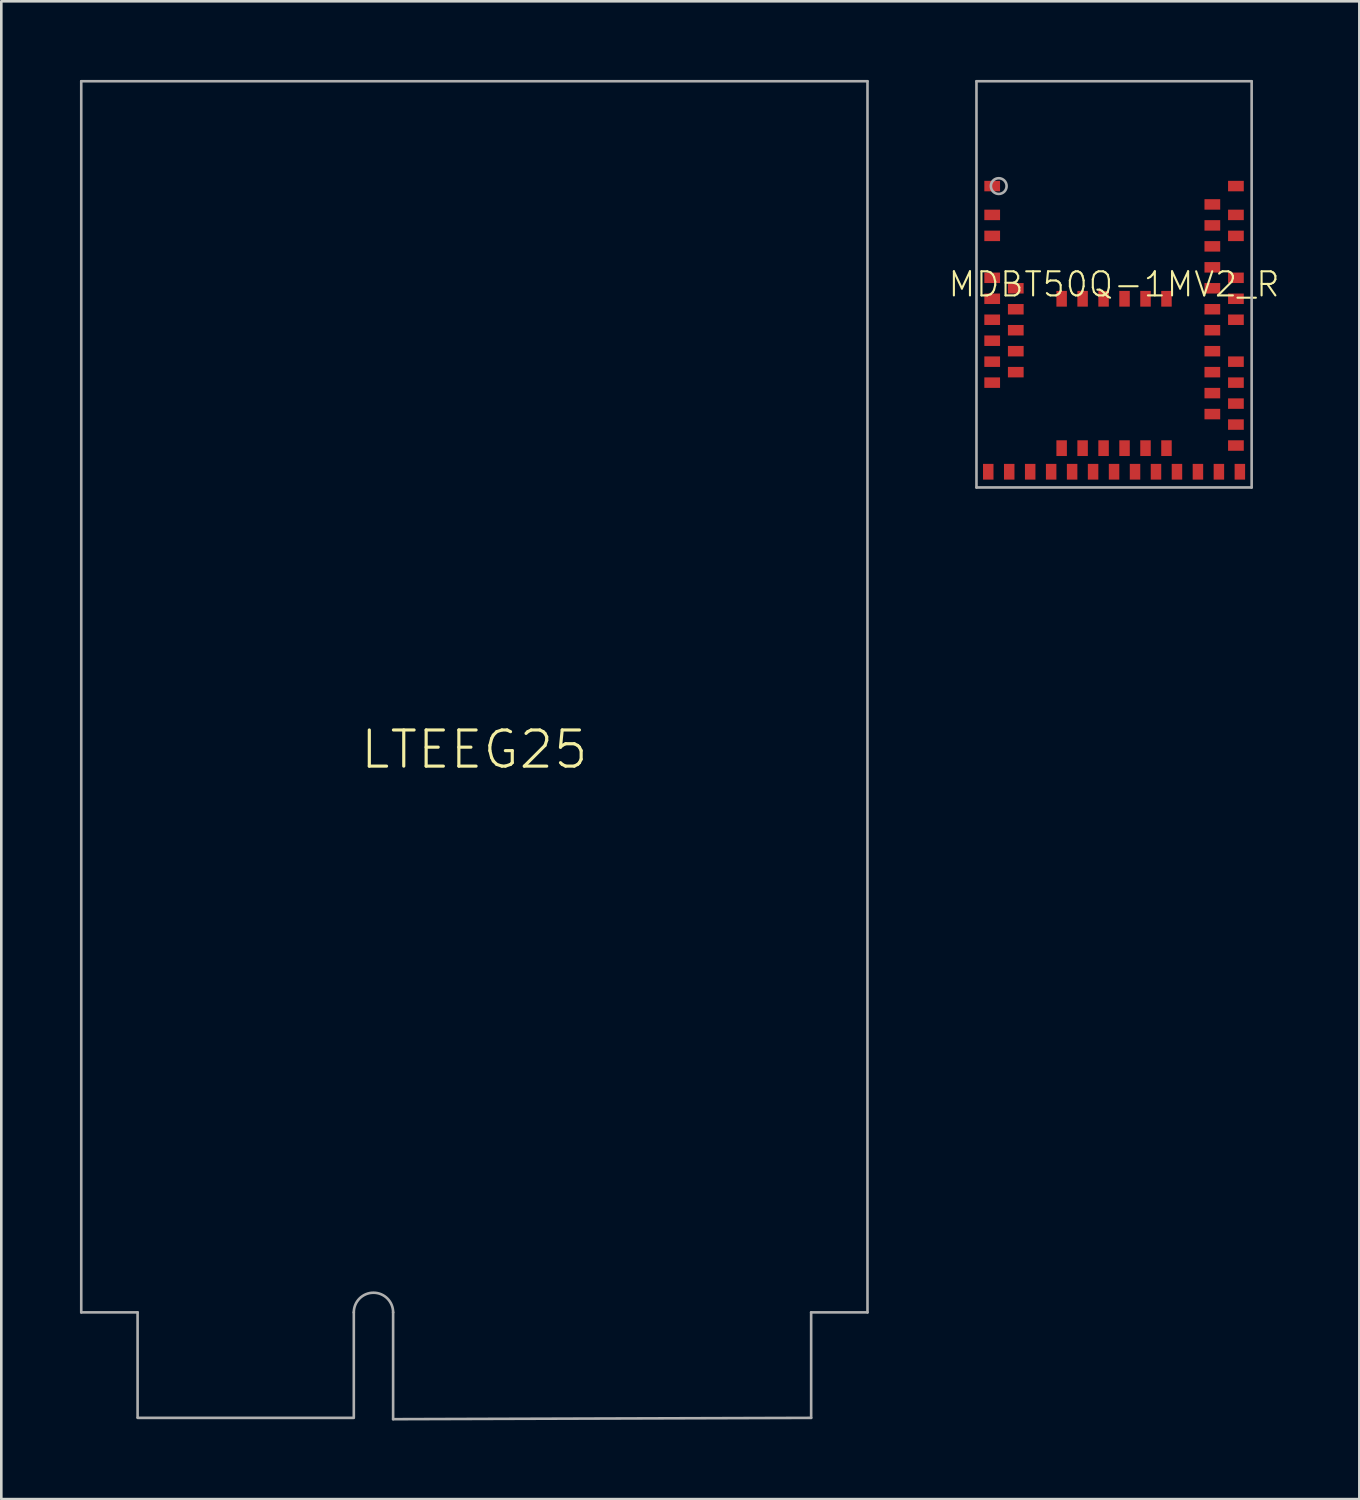
<source format=kicad_pcb>
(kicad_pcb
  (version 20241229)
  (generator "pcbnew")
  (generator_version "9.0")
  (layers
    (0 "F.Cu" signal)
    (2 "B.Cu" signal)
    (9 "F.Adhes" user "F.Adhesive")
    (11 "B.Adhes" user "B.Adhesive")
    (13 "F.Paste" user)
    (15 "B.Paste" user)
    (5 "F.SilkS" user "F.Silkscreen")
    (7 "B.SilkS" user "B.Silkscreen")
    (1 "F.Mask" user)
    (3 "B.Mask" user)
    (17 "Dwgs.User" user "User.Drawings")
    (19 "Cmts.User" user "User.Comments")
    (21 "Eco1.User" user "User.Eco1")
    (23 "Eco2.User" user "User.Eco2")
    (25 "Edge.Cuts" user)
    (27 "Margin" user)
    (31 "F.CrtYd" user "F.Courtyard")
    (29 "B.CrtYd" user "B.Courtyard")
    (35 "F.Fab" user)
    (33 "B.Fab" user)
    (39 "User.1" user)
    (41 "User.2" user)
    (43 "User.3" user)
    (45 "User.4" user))
  (footprint "MDBT50Q-1MV2_R"
    (layer "F.Cu")
    (at 39.458 7.8)
    (property "Reference" "MDBT50Q-1MV2_R" (at 0 0 0) (unlocked yes) (layer "F.SilkS") (effects (font (size 0.92 0.92) (thickness 0.08))))
    (fp_line (start -5.25 -7.75) (end 5.25 -7.75) (stroke (width 0.1) (type solid)) (layer "F.Fab"))
    (fp_line (start -5.25 7.75) (end -5.25 -7.75) (stroke (width 0.1) (type solid)) (layer "F.Fab"))
    (fp_line (start 5.25 -7.75) (end 5.25 7.75) (stroke (width 0.1) (type solid)) (layer "F.Fab"))
    (fp_line (start 5.25 7.75) (end -5.25 7.75) (stroke (width 0.1) (type solid)) (layer "F.Fab"))
    (fp_circle (center -4.4 -3.75) (end -4.1 -3.75) (stroke (width 0.1) (type solid)) (fill no) (layer "F.Fab"))
    (pad "1" smd rect (at -4.65 -3.75) (size 0.6 0.4) (layers "F.Cu" "F.Mask" "F.Paste"))
    (pad "2" smd rect (at -4.65 -2.65 180) (size 0.6 0.4) (layers "F.Cu" "F.Mask" "F.Paste"))
    (pad "3" smd rect (at -4.65 -1.85) (size 0.6 0.4) (layers "F.Cu" "F.Mask" "F.Paste"))
    (pad "4" smd rect (at -4.65 -0.25) (size 0.6 0.4) (layers "F.Cu" "F.Mask" "F.Paste"))
    (pad "5" smd rect (at -3.75 0.15) (size 0.6 0.4) (layers "F.Cu" "F.Mask" "F.Paste"))
    (pad "6" smd rect (at -4.65 0.55 180) (size 0.6 0.4) (layers "F.Cu" "F.Mask" "F.Paste"))
    (pad "7" smd rect (at -3.75 0.95) (size 0.6 0.4) (layers "F.Cu" "F.Mask" "F.Paste"))
    (pad "8" smd rect (at -4.65 1.35) (size 0.6 0.4) (layers "F.Cu" "F.Mask" "F.Paste"))
    (pad "9" smd rect (at -3.75 1.75) (size 0.6 0.4) (layers "F.Cu" "F.Mask" "F.Paste"))
    (pad "10" smd rect (at -4.65 2.15) (size 0.6 0.4) (layers "F.Cu" "F.Mask" "F.Paste"))
    (pad "11" smd rect (at -3.75 2.55) (size 0.6 0.4) (layers "F.Cu" "F.Mask" "F.Paste"))
    (pad "12" smd rect (at -4.65 2.95) (size 0.6 0.4) (layers "F.Cu" "F.Mask" "F.Paste"))
    (pad "13" smd rect (at -3.75 3.35) (size 0.6 0.4) (layers "F.Cu" "F.Mask" "F.Paste"))
    (pad "14" smd rect (at -4.65 3.75) (size 0.6 0.4) (layers "F.Cu" "F.Mask" "F.Paste"))
    (pad "15" smd rect (at -4.8 7.15 270) (size 0.6 0.4) (layers "F.Cu" "F.Mask" "F.Paste"))
    (pad "16" smd rect (at -4 7.15 270) (size 0.6 0.4) (layers "F.Cu" "F.Mask" "F.Paste"))
    (pad "17" smd rect (at -3.2 7.15 270) (size 0.6 0.4) (layers "F.Cu" "F.Mask" "F.Paste"))
    (pad "18" smd rect (at -2.4 7.15 90) (size 0.6 0.4) (layers "F.Cu" "F.Mask" "F.Paste"))
    (pad "19" smd rect (at -2 6.25 270) (size 0.6 0.4) (layers "F.Cu" "F.Mask" "F.Paste"))
    (pad "20" smd rect (at -1.6 7.15 90) (size 0.6 0.4) (layers "F.Cu" "F.Mask" "F.Paste"))
    (pad "21" smd rect (at -1.2 6.25 270) (size 0.6 0.4) (layers "F.Cu" "F.Mask" "F.Paste"))
    (pad "22" smd rect (at -0.8 7.15 90) (size 0.6 0.4) (layers "F.Cu" "F.Mask" "F.Paste"))
    (pad "23" smd rect (at -0.4 6.25 270) (size 0.6 0.4) (layers "F.Cu" "F.Mask" "F.Paste"))
    (pad "24" smd rect (at 0 7.15 90) (size 0.6 0.4) (layers "F.Cu" "F.Mask" "F.Paste"))
    (pad "25" smd rect (at 0.4 6.25 270) (size 0.6 0.4) (layers "F.Cu" "F.Mask" "F.Paste"))
    (pad "26" smd rect (at 0.8 7.15 90) (size 0.6 0.4) (layers "F.Cu" "F.Mask" "F.Paste"))
    (pad "27" smd rect (at 1.2 6.25 270) (size 0.6 0.4) (layers "F.Cu" "F.Mask" "F.Paste"))
    (pad "28" smd rect (at 1.6 7.15 90) (size 0.6 0.4) (layers "F.Cu" "F.Mask" "F.Paste"))
    (pad "29" smd rect (at 2 6.25 270) (size 0.6 0.4) (layers "F.Cu" "F.Mask" "F.Paste"))
    (pad "30" smd rect (at 2.4 7.15 90) (size 0.6 0.4) (layers "F.Cu" "F.Mask" "F.Paste"))
    (pad "31" smd rect (at 3.2 7.15 270) (size 0.6 0.4) (layers "F.Cu" "F.Mask" "F.Paste"))
    (pad "32" smd rect (at 4 7.15 270) (size 0.6 0.4) (layers "F.Cu" "F.Mask" "F.Paste"))
    (pad "33" smd rect (at 4.8 7.15 270) (size 0.6 0.4) (layers "F.Cu" "F.Mask" "F.Paste"))
    (pad "34" smd rect (at 4.65 6.15 180) (size 0.6 0.4) (layers "F.Cu" "F.Mask" "F.Paste"))
    (pad "35" smd rect (at 4.65 5.35 180) (size 0.6 0.4) (layers "F.Cu" "F.Mask" "F.Paste"))
    (pad "36" smd rect (at 3.75 4.95 180) (size 0.6 0.4) (layers "F.Cu" "F.Mask" "F.Paste"))
    (pad "37" smd rect (at 4.65 4.55 180) (size 0.6 0.4) (layers "F.Cu" "F.Mask" "F.Paste"))
    (pad "38" smd rect (at 3.75 4.15 180) (size 0.6 0.4) (layers "F.Cu" "F.Mask" "F.Paste"))
    (pad "39" smd rect (at 4.65 3.75 180) (size 0.6 0.4) (layers "F.Cu" "F.Mask" "F.Paste"))
    (pad "40" smd rect (at 3.75 3.35 180) (size 0.6 0.4) (layers "F.Cu" "F.Mask" "F.Paste"))
    (pad "41" smd rect (at 4.65 2.95 180) (size 0.6 0.4) (layers "F.Cu" "F.Mask" "F.Paste"))
    (pad "42" smd rect (at 3.75 2.55 180) (size 0.6 0.4) (layers "F.Cu" "F.Mask" "F.Paste"))
    (pad "43" smd rect (at 3.75 1.75 180) (size 0.6 0.4) (layers "F.Cu" "F.Mask" "F.Paste"))
    (pad "44" smd rect (at 4.65 1.35 180) (size 0.6 0.4) (layers "F.Cu" "F.Mask" "F.Paste"))
    (pad "45" smd rect (at 3.75 0.95 180) (size 0.6 0.4) (layers "F.Cu" "F.Mask" "F.Paste"))
    (pad "46" smd rect (at 4.65 0.55 180) (size 0.6 0.4) (layers "F.Cu" "F.Mask" "F.Paste"))
    (pad "47" smd rect (at 3.75 0.15 180) (size 0.6 0.4) (layers "F.Cu" "F.Mask" "F.Paste"))
    (pad "48" smd rect (at 4.65 -0.25 180) (size 0.6 0.4) (layers "F.Cu" "F.Mask" "F.Paste"))
    (pad "49" smd rect (at 3.75 -0.65 180) (size 0.6 0.4) (layers "F.Cu" "F.Mask" "F.Paste"))
    (pad "50" smd rect (at 3.75 -1.45 180) (size 0.6 0.4) (layers "F.Cu" "F.Mask" "F.Paste"))
    (pad "51" smd rect (at 4.65 -1.85 180) (size 0.6 0.4) (layers "F.Cu" "F.Mask" "F.Paste"))
    (pad "52" smd rect (at 3.75 -2.25 180) (size 0.6 0.4) (layers "F.Cu" "F.Mask" "F.Paste"))
    (pad "53" smd rect (at 4.65 -2.65 180) (size 0.6 0.4) (layers "F.Cu" "F.Mask" "F.Paste"))
    (pad "54" smd rect (at 3.75 -3.05 180) (size 0.6 0.4) (layers "F.Cu" "F.Mask" "F.Paste"))
    (pad "55" smd rect (at 4.65 -3.75 180) (size 0.6 0.4) (layers "F.Cu" "F.Mask" "F.Paste"))
    (pad "56" smd rect (at -2 0.55 270) (size 0.6 0.4) (layers "F.Cu" "F.Mask" "F.Paste"))
    (pad "57" smd rect (at -1.2 0.55 270) (size 0.6 0.4) (layers "F.Cu" "F.Mask" "F.Paste"))
    (pad "58" smd rect (at -0.4 0.55 270) (size 0.6 0.4) (layers "F.Cu" "F.Mask" "F.Paste"))
    (pad "59" smd rect (at 0.4 0.55 270) (size 0.6 0.4) (layers "F.Cu" "F.Mask" "F.Paste"))
    (pad "60" smd rect (at 1.2 0.55 270) (size 0.6 0.4) (layers "F.Cu" "F.Mask" "F.Paste"))
    (pad "61" smd rect (at 2 0.55 270) (size 0.6 0.4) (layers "F.Cu" "F.Mask" "F.Paste")))
  (footprint "LTEEG25"
    (layer "F.Cu")
    (at 15.05 25.55)
    (property "Reference" "LTEEG25" (at 0 0 0) (unlocked yes) (layer "F.SilkS") (effects (font (size 1.38 1.38) (thickness 0.12))))
    (fp_line (start -15 -25.5) (end 15 -25.5) (stroke (width 0.1) (type solid)) (layer "F.Fab"))
    (fp_line (start -15 21.475) (end -15 -25.5) (stroke (width 0.1) (type solid)) (layer "F.Fab"))
    (fp_line (start -12.85 21.475) (end -15 21.475) (stroke (width 0.1) (type solid)) (layer "F.Fab"))
    (fp_line (start -12.85 25.475) (end -12.85 21.475) (stroke (width 0.1) (type solid)) (layer "F.Fab"))
    (fp_line (start -12.85 25.5) (end -4.6 25.5) (stroke (width 0.1) (type solid)) (layer "F.Fab"))
    (fp_line (start -4.6 25.475) (end -4.6 21.475) (stroke (width 0.1) (type solid)) (layer "F.Fab"))
    (fp_line (start -3.1 21.475) (end -3.1 25.55) (stroke (width 0.1) (type solid)) (layer "F.Fab"))
    (fp_line (start 12.85 21.475) (end 12.85 25.5) (stroke (width 0.1) (type solid)) (layer "F.Fab"))
    (fp_line (start 12.85 25.5) (end -3.1 25.55) (stroke (width 0.1) (type solid)) (layer "F.Fab"))
    (fp_line (start 15 -25.5) (end 15 21.475) (stroke (width 0.1) (type solid)) (layer "F.Fab"))
    (fp_line (start 15 21.475) (end 12.85 21.475) (stroke (width 0.1) (type solid)) (layer "F.Fab"))
    (fp_arc (start -4.6 21.475) (mid -3.85 20.725) (end -3.1 21.475) (stroke (width 0.1) (type solid)) (layer "F.Fab")))
  (gr_rect
    (start -3 -3)
    (end 48.817 54.15)
    (stroke (width 0.1) (type default))
    (fill no)
    (layer "Edge.Cuts")))
</source>
